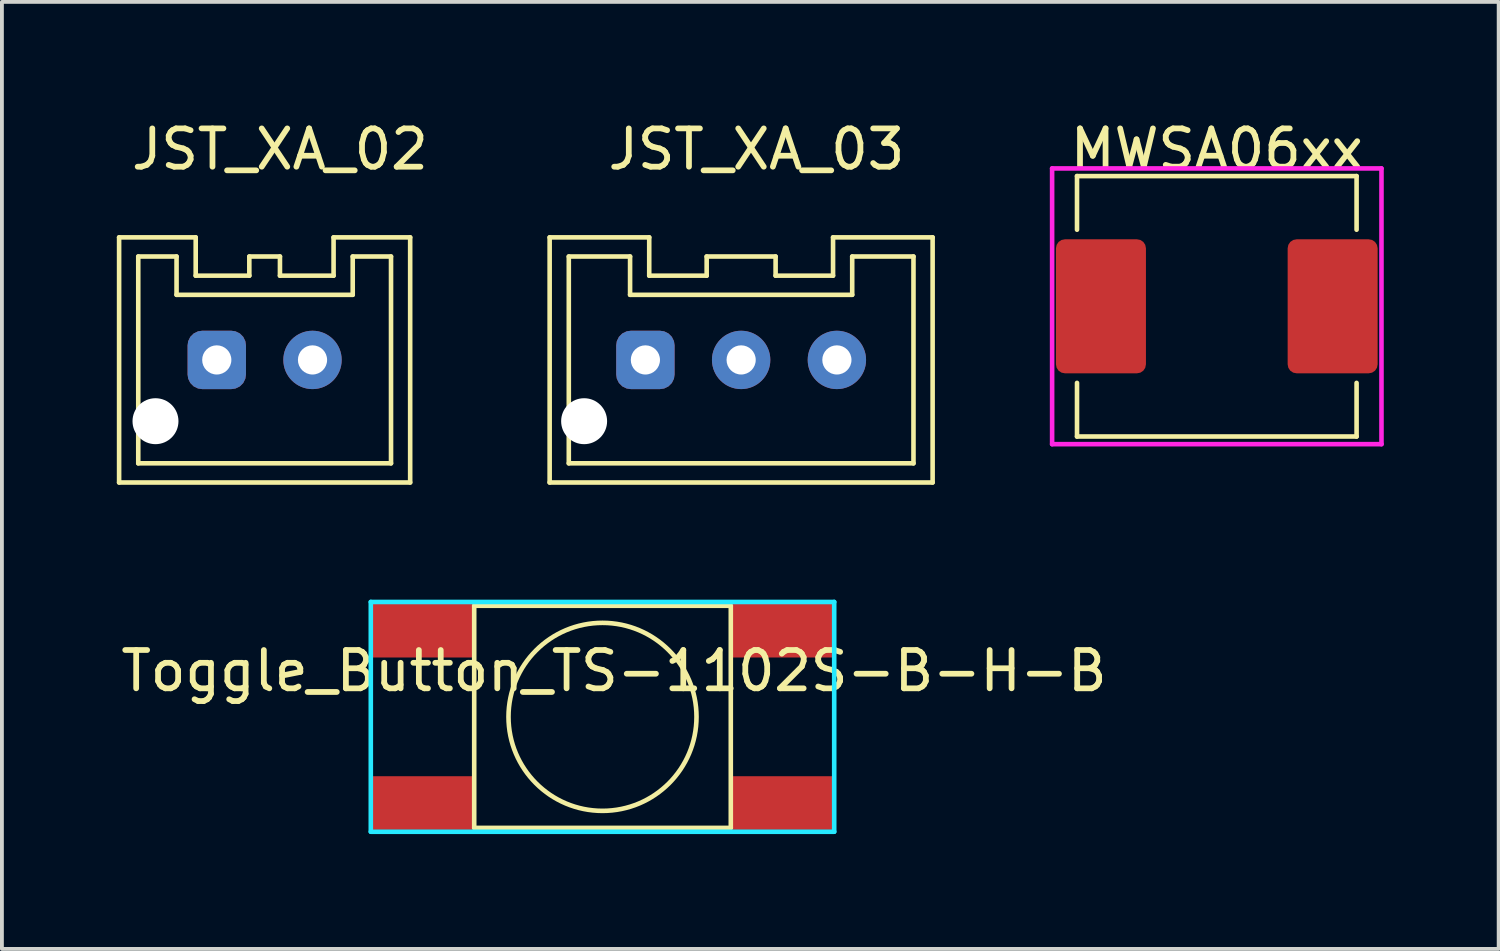
<source format=kicad_pcb>
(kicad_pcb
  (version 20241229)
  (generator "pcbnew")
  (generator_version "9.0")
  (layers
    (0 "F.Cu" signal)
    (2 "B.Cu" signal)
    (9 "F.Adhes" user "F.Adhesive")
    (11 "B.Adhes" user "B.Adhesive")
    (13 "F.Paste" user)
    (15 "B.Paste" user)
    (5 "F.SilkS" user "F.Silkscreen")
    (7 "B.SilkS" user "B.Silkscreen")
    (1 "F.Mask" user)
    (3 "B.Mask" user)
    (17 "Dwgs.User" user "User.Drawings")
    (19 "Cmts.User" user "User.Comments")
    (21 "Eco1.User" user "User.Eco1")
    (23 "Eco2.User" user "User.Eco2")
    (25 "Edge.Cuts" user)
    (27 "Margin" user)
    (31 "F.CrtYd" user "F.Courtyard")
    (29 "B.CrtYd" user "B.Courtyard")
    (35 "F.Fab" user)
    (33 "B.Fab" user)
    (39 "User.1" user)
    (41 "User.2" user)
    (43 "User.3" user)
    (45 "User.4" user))
  (footprint "Toggle_Button_TS-1102S-B-H-B"
    (layer "F.Cu")
    (at 12.682 15.668)
    (property "Reference" "Toggle_Button_TS-1102S-B-H-B" (at 0.3 -1.2 0) (layer "F.SilkS") (effects (font (size 1 1) (thickness 0.15))))
    (attr smd)
    (fp_line (start -3.35 -2.9) (end 3.35 -2.9) (stroke (width 0.12) (type solid)) (layer "F.SilkS"))
    (fp_line (start -3.35 2.9) (end -3.35 -2.9) (stroke (width 0.12) (type solid)) (layer "F.SilkS"))
    (fp_line (start 3.35 -2.9) (end 3.35 2.9) (stroke (width 0.12) (type solid)) (layer "F.SilkS"))
    (fp_line (start 3.35 2.9) (end -3.35 2.9) (stroke (width 0.12) (type solid)) (layer "F.SilkS"))
    (fp_circle (center 0 0) (end 2.45 0.15) (stroke (width 0.12) (type solid)) (fill no) (layer "F.SilkS"))
    (fp_line (start -6.05 -3) (end -6.05 3) (stroke (width 0.12) (type solid)) (layer "B.CrtYd"))
    (fp_line (start -6.05 3) (end 6.05 3) (stroke (width 0.12) (type solid)) (layer "B.CrtYd"))
    (fp_line (start 6.05 -3) (end -6.05 -3) (stroke (width 0.12) (type solid)) (layer "B.CrtYd"))
    (fp_line (start 6.05 3) (end 6.05 -3) (stroke (width 0.12) (type solid)) (layer "B.CrtYd"))
    (pad "1" smd rect (at -4.7 -2.25) (size 2.6 1.4) (layers "F.Cu" "F.Mask" "F.Paste"))
    (pad "1" smd rect (at 4.7 -2.25) (size 2.6 1.4) (layers "F.Cu" "F.Mask" "F.Paste"))
    (pad "2" smd rect (at -4.7 2.25) (size 2.6 1.4) (layers "F.Cu" "F.Mask" "F.Paste"))
    (pad "2" smd rect (at 4.7 2.25) (size 2.6 1.4) (layers "F.Cu" "F.Mask" "F.Paste")))
  (footprint "MWSA06xx"
    (layer "F.Cu")
    (at 28.722 4.948)
    (property "Reference" "MWSA06xx" (at 0 -4.1 0) (layer "F.SilkS") (effects (font (size 1 1) (thickness 0.15))))
    (attr smd)
    (fp_line (start -3.65 -3.4) (end -3.65 -2) (stroke (width 0.12) (type solid)) (layer "F.SilkS"))
    (fp_line (start -3.65 -3.4) (end 3.65 -3.4) (stroke (width 0.12) (type solid)) (layer "F.SilkS"))
    (fp_line (start -3.65 3.4) (end -3.65 2) (stroke (width 0.12) (type solid)) (layer "F.SilkS"))
    (fp_line (start -3.65 3.4) (end 3.65 3.4) (stroke (width 0.12) (type solid)) (layer "F.SilkS"))
    (fp_line (start 3.65 -3.4) (end 3.65 -2) (stroke (width 0.12) (type solid)) (layer "F.SilkS"))
    (fp_line (start 3.65 3.4) (end 3.65 2) (stroke (width 0.12) (type solid)) (layer "F.SilkS"))
    (fp_line (start -4.3 -3.6) (end 4.3 -3.6) (stroke (width 0.12) (type solid)) (layer "F.CrtYd"))
    (fp_line (start -4.3 3.6) (end -4.3 -3.6) (stroke (width 0.12) (type solid)) (layer "F.CrtYd"))
    (fp_line (start 4.3 -3.6) (end 4.3 3.6) (stroke (width 0.12) (type solid)) (layer "F.CrtYd"))
    (fp_line (start 4.3 3.6) (end -4.3 3.6) (stroke (width 0.12) (type solid)) (layer "F.CrtYd"))
    (pad "1" smd roundrect (at -3.025 0) (size 2.35 3.5) (layers "F.Cu" "F.Mask" "F.Paste") (roundrect_rratio 0.1))
    (pad "2" smd roundrect (at 3.025 0) (size 2.35 3.5) (layers "F.Cu" "F.Mask" "F.Paste") (roundrect_rratio 0.1)))
  (footprint "JST_XA_02"
    (layer "F.Cu")
    (at 3.86 6.348)
    (property "Reference" "JST_XA_02" (at 0.4 -5.5 0) (layer "F.SilkS") (effects (font (size 1 1) (thickness 0.15))))
    (attr through_hole)
    (fp_line (start -3.8 -3.2) (end -1.8 -3.2) (stroke (width 0.12) (type solid)) (layer "F.SilkS"))
    (fp_line (start -3.8 3.2) (end -3.8 -3.2) (stroke (width 0.12) (type solid)) (layer "F.SilkS"))
    (fp_line (start -3.3 -2.7) (end -3.3 2.7) (stroke (width 0.12) (type solid)) (layer "F.SilkS"))
    (fp_line (start -3.3 2.7) (end 3.3 2.7) (stroke (width 0.12) (type solid)) (layer "F.SilkS"))
    (fp_line (start -2.3 -2.7) (end -3.3 -2.7) (stroke (width 0.12) (type solid)) (layer "F.SilkS"))
    (fp_line (start -2.3 -1.7) (end -2.3 -2.7) (stroke (width 0.12) (type solid)) (layer "F.SilkS"))
    (fp_line (start -1.8 -3.2) (end -1.8 -2.2) (stroke (width 0.12) (type solid)) (layer "F.SilkS"))
    (fp_line (start -0.4 -2.7) (end -0.4 -2.2) (stroke (width 0.12) (type solid)) (layer "F.SilkS"))
    (fp_line (start -0.4 -2.2) (end -1.8 -2.2) (stroke (width 0.12) (type solid)) (layer "F.SilkS"))
    (fp_line (start 0.4 -2.7) (end -0.4 -2.7) (stroke (width 0.12) (type solid)) (layer "F.SilkS"))
    (fp_line (start 0.4 -2.2) (end 0.4 -2.7) (stroke (width 0.12) (type solid)) (layer "F.SilkS"))
    (fp_line (start 1.8 -3.2) (end 1.8 -2.2) (stroke (width 0.12) (type solid)) (layer "F.SilkS"))
    (fp_line (start 1.8 -2.2) (end 0.4 -2.2) (stroke (width 0.12) (type solid)) (layer "F.SilkS"))
    (fp_line (start 2.3 -2.7) (end 2.3 -1.7) (stroke (width 0.12) (type solid)) (layer "F.SilkS"))
    (fp_line (start 2.3 -1.7) (end -2.3 -1.7) (stroke (width 0.12) (type solid)) (layer "F.SilkS"))
    (fp_line (start 3.3 -2.7) (end 2.3 -2.7) (stroke (width 0.12) (type solid)) (layer "F.SilkS"))
    (fp_line (start 3.3 2.7) (end 3.3 -2.7) (stroke (width 0.12) (type solid)) (layer "F.SilkS"))
    (fp_line (start 3.8 -3.2) (end 1.8 -3.2) (stroke (width 0.12) (type solid)) (layer "F.SilkS"))
    (fp_line (start 3.8 3.2) (end -3.8 3.2) (stroke (width 0.12) (type solid)) (layer "F.SilkS"))
    (fp_line (start 3.8 3.2) (end 3.8 -3.2) (stroke (width 0.12) (type solid)) (layer "F.SilkS"))
    (pad "" np_thru_hole circle (at -2.85 1.6) (size 1.2 1.2) (drill 1.2) (layers "*.Cu" "*.Mask"))
    (pad "1" thru_hole roundrect (at -1.25 0) (size 1.524 1.524) (drill 0.762) (layers "*.Cu" "*.Mask") (roundrect_rratio 0.25))
    (pad "2" thru_hole circle (at 1.25 0) (size 1.524 1.524) (drill 0.762) (layers "*.Cu" "*.Mask")))
  (footprint "JST_XA_03"
    (layer "F.Cu")
    (at 16.302 6.348)
    (property "Reference" "JST_XA_03" (at 0.4 -5.5 0) (layer "F.SilkS") (effects (font (size 1 1) (thickness 0.15))))
    (attr through_hole)
    (fp_line (start -5 -3.2) (end -2.4 -3.2) (stroke (width 0.12) (type solid)) (layer "F.SilkS"))
    (fp_line (start -5 3.2) (end -5 -3.2) (stroke (width 0.12) (type solid)) (layer "F.SilkS"))
    (fp_line (start -4.5 -2.7) (end -4.5 2.7) (stroke (width 0.12) (type solid)) (layer "F.SilkS"))
    (fp_line (start -4.5 2.7) (end 4.5 2.7) (stroke (width 0.12) (type solid)) (layer "F.SilkS"))
    (fp_line (start -2.9 -2.7) (end -4.5 -2.7) (stroke (width 0.12) (type solid)) (layer "F.SilkS"))
    (fp_line (start -2.9 -2.7) (end -2.9 -1.7) (stroke (width 0.12) (type solid)) (layer "F.SilkS"))
    (fp_line (start -2.4 -3.2) (end -2.4 -2.2) (stroke (width 0.12) (type solid)) (layer "F.SilkS"))
    (fp_line (start -0.9 -2.7) (end -0.9 -2.2) (stroke (width 0.12) (type solid)) (layer "F.SilkS"))
    (fp_line (start -0.9 -2.2) (end -2.4 -2.2) (stroke (width 0.12) (type solid)) (layer "F.SilkS"))
    (fp_line (start 0.9 -2.7) (end -0.9 -2.7) (stroke (width 0.12) (type solid)) (layer "F.SilkS"))
    (fp_line (start 0.9 -2.2) (end 0.9 -2.7) (stroke (width 0.12) (type solid)) (layer "F.SilkS"))
    (fp_line (start 2.4 -3.2) (end 2.4 -2.2) (stroke (width 0.12) (type solid)) (layer "F.SilkS"))
    (fp_line (start 2.4 -2.2) (end 0.9 -2.2) (stroke (width 0.12) (type solid)) (layer "F.SilkS"))
    (fp_line (start 2.9 -1.7) (end -2.9 -1.7) (stroke (width 0.12) (type solid)) (layer "F.SilkS"))
    (fp_line (start 2.9 -1.7) (end 2.9 -2.7) (stroke (width 0.12) (type solid)) (layer "F.SilkS"))
    (fp_line (start 4.5 -2.7) (end 2.9 -2.7) (stroke (width 0.12) (type solid)) (layer "F.SilkS"))
    (fp_line (start 4.5 2.7) (end 4.5 -2.7) (stroke (width 0.12) (type solid)) (layer "F.SilkS"))
    (fp_line (start 5 -3.2) (end 2.4 -3.2) (stroke (width 0.12) (type solid)) (layer "F.SilkS"))
    (fp_line (start 5 3.2) (end -5 3.2) (stroke (width 0.12) (type solid)) (layer "F.SilkS"))
    (fp_line (start 5 3.2) (end 5 -3.2) (stroke (width 0.12) (type solid)) (layer "F.SilkS"))
    (pad "" np_thru_hole circle (at -4.1 1.6) (size 1.2 1.2) (drill 1.2) (layers "*.Cu" "*.Mask"))
    (pad "1" thru_hole roundrect (at -2.5 0) (size 1.524 1.524) (drill 0.762) (layers "*.Cu" "*.Mask") (roundrect_rratio 0.25))
    (pad "2" thru_hole circle (at 0 0) (size 1.524 1.524) (drill 0.762) (layers "*.Cu" "*.Mask"))
    (pad "3" thru_hole circle (at 2.5 0) (size 1.524 1.524) (drill 0.762) (layers "*.Cu" "*.Mask")))
  (gr_rect
    (start -3 -3)
    (end 36.082 21.728)
    (stroke (width 0.1) (type default))
    (fill no)
    (layer "Edge.Cuts")))
</source>
